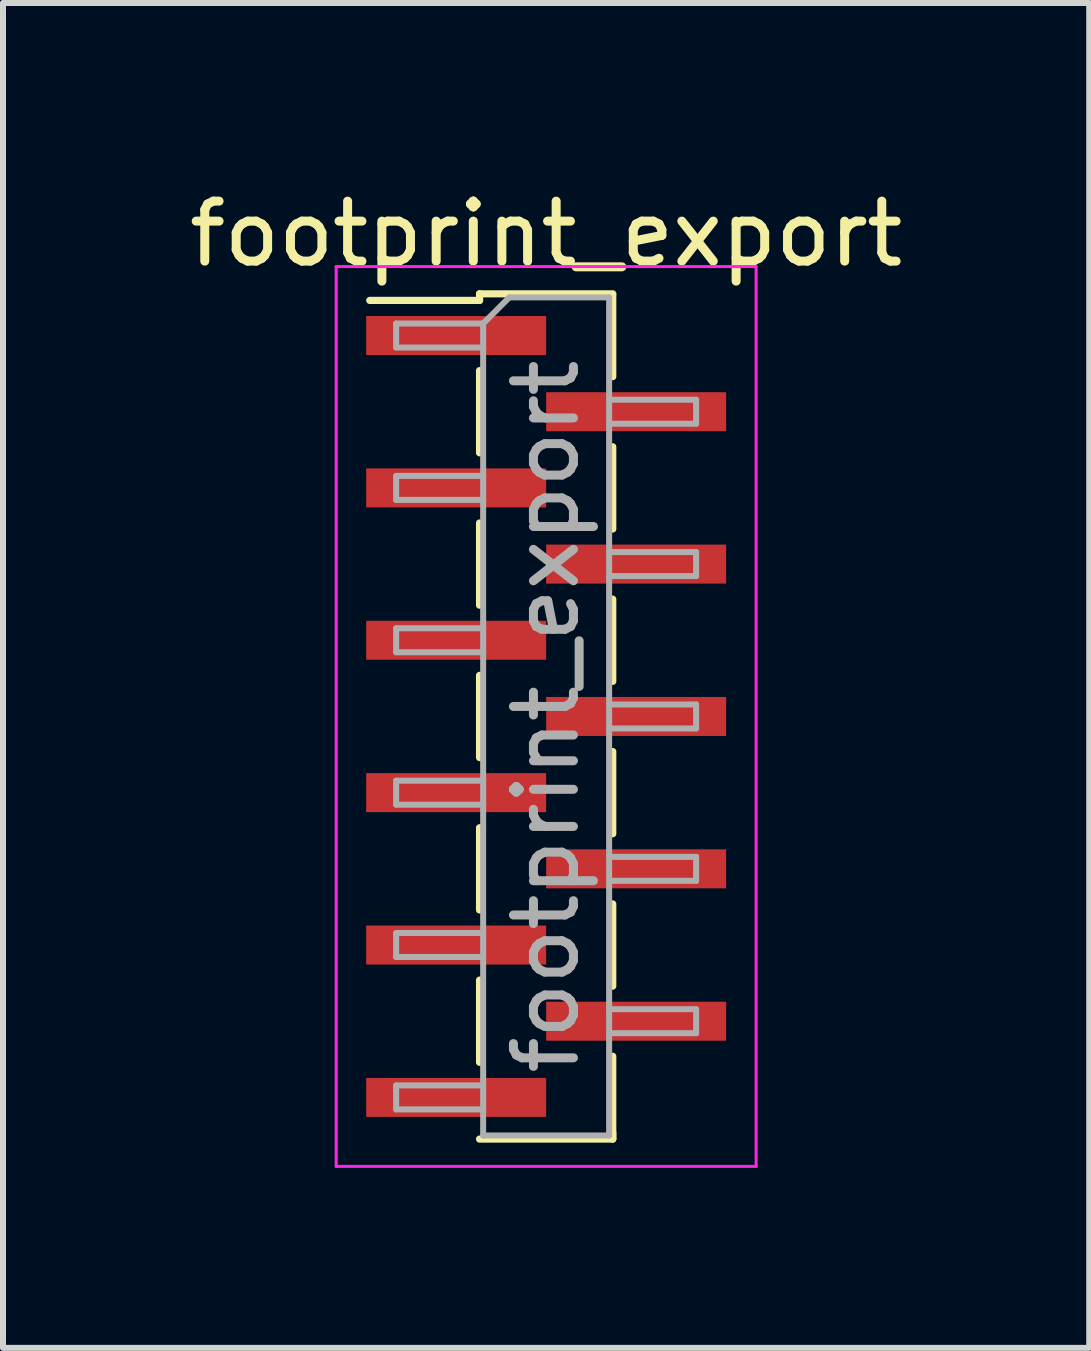
<source format=kicad_pcb>
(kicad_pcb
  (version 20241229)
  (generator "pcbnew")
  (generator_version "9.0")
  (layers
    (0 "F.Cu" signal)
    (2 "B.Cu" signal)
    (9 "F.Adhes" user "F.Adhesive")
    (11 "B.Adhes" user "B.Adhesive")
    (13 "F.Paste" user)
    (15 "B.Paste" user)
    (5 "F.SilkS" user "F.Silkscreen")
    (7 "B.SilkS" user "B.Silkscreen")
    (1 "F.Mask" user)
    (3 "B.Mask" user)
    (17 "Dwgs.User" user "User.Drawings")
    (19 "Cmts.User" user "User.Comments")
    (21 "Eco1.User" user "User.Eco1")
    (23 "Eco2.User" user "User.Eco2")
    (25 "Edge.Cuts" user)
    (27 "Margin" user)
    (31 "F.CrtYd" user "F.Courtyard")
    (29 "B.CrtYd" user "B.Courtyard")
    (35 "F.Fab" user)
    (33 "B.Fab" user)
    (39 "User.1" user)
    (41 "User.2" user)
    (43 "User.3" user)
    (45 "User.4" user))
  (footprint "footprint_export"
    (layer "F.Cu")
    (at 6.054 8.893)
    (property "Reference" "footprint_export" (at 0 -8.045 0) (layer "F.SilkS") (effects (font (size 1 1) (thickness 0.15))))
    (attr smd)
    (fp_line (start -1.11 -7.045) (end -1.11 -6.935) (stroke (width 0.12) (type solid)) (layer "F.SilkS"))
    (fp_line (start -1.11 -7.045) (end 1.11 -7.045) (stroke (width 0.12) (type solid)) (layer "F.SilkS"))
    (fp_line (start -1.11 -6.935) (end -2.94 -6.935) (stroke (width 0.12) (type solid)) (layer "F.SilkS"))
    (fp_line (start -1.11 -5.765) (end -1.11 -4.395) (stroke (width 0.12) (type solid)) (layer "F.SilkS"))
    (fp_line (start -1.11 -3.225) (end -1.11 -1.855) (stroke (width 0.12) (type solid)) (layer "F.SilkS"))
    (fp_line (start -1.11 -0.685) (end -1.11 0.685) (stroke (width 0.12) (type solid)) (layer "F.SilkS"))
    (fp_line (start -1.11 1.855) (end -1.11 3.225) (stroke (width 0.12) (type solid)) (layer "F.SilkS"))
    (fp_line (start -1.11 4.395) (end -1.11 5.765) (stroke (width 0.12) (type solid)) (layer "F.SilkS"))
    (fp_line (start -1.11 7.045) (end 1.11 7.045) (stroke (width 0.12) (type solid)) (layer "F.SilkS"))
    (fp_line (start 1.11 -7.035) (end 1.11 -5.665) (stroke (width 0.12) (type solid)) (layer "F.SilkS"))
    (fp_line (start 1.11 -4.495) (end 1.11 -3.125) (stroke (width 0.12) (type solid)) (layer "F.SilkS"))
    (fp_line (start 1.11 -1.955) (end 1.11 -0.585) (stroke (width 0.12) (type solid)) (layer "F.SilkS"))
    (fp_line (start 1.11 0.585) (end 1.11 1.955) (stroke (width 0.12) (type solid)) (layer "F.SilkS"))
    (fp_line (start 1.11 3.125) (end 1.11 4.495) (stroke (width 0.12) (type solid)) (layer "F.SilkS"))
    (fp_line (start 1.11 5.665) (end 1.11 7.035) (stroke (width 0.12) (type solid)) (layer "F.SilkS"))
    (fp_line (start 1.11 6.935) (end 1.11 7.045) (stroke (width 0.12) (type solid)) (layer "F.SilkS"))
    (fp_line (start -3.5 -7.5) (end -3.5 7.5) (stroke (width 0.05) (type solid)) (layer "F.CrtYd"))
    (fp_line (start -3.5 7.5) (end 3.5 7.5) (stroke (width 0.05) (type solid)) (layer "F.CrtYd"))
    (fp_line (start 3.5 -7.5) (end -3.5 -7.5) (stroke (width 0.05) (type solid)) (layer "F.CrtYd"))
    (fp_line (start 3.5 7.5) (end 3.5 -7.5) (stroke (width 0.05) (type solid)) (layer "F.CrtYd"))
    (fp_line (start -2.5 -6.55) (end -2.5 -6.15) (stroke (width 0.1) (type solid)) (layer "F.Fab"))
    (fp_line (start -2.5 -6.15) (end -1.05 -6.15) (stroke (width 0.1) (type solid)) (layer "F.Fab"))
    (fp_line (start -2.5 -4.01) (end -2.5 -3.61) (stroke (width 0.1) (type solid)) (layer "F.Fab"))
    (fp_line (start -2.5 -3.61) (end -1.05 -3.61) (stroke (width 0.1) (type solid)) (layer "F.Fab"))
    (fp_line (start -2.5 -1.47) (end -2.5 -1.07) (stroke (width 0.1) (type solid)) (layer "F.Fab"))
    (fp_line (start -2.5 -1.07) (end -1.05 -1.07) (stroke (width 0.1) (type solid)) (layer "F.Fab"))
    (fp_line (start -2.5 1.07) (end -2.5 1.47) (stroke (width 0.1) (type solid)) (layer "F.Fab"))
    (fp_line (start -2.5 1.47) (end -1.05 1.47) (stroke (width 0.1) (type solid)) (layer "F.Fab"))
    (fp_line (start -2.5 3.61) (end -2.5 4.01) (stroke (width 0.1) (type solid)) (layer "F.Fab"))
    (fp_line (start -2.5 4.01) (end -1.05 4.01) (stroke (width 0.1) (type solid)) (layer "F.Fab"))
    (fp_line (start -2.5 6.15) (end -2.5 6.55) (stroke (width 0.1) (type solid)) (layer "F.Fab"))
    (fp_line (start -2.5 6.55) (end -1.05 6.55) (stroke (width 0.1) (type solid)) (layer "F.Fab"))
    (fp_line (start -1.05 -6.55) (end -2.5 -6.55) (stroke (width 0.1) (type solid)) (layer "F.Fab"))
    (fp_line (start -1.05 -6.55) (end -0.615 -6.985) (stroke (width 0.1) (type solid)) (layer "F.Fab"))
    (fp_line (start -1.05 -4.01) (end -2.5 -4.01) (stroke (width 0.1) (type solid)) (layer "F.Fab"))
    (fp_line (start -1.05 -1.47) (end -2.5 -1.47) (stroke (width 0.1) (type solid)) (layer "F.Fab"))
    (fp_line (start -1.05 1.07) (end -2.5 1.07) (stroke (width 0.1) (type solid)) (layer "F.Fab"))
    (fp_line (start -1.05 3.61) (end -2.5 3.61) (stroke (width 0.1) (type solid)) (layer "F.Fab"))
    (fp_line (start -1.05 6.15) (end -2.5 6.15) (stroke (width 0.1) (type solid)) (layer "F.Fab"))
    (fp_line (start -1.05 6.985) (end -1.05 -6.55) (stroke (width 0.1) (type solid)) (layer "F.Fab"))
    (fp_line (start -0.615 -6.985) (end 1.05 -6.985) (stroke (width 0.1) (type solid)) (layer "F.Fab"))
    (fp_line (start 1.05 -6.985) (end 1.05 6.985) (stroke (width 0.1) (type solid)) (layer "F.Fab"))
    (fp_line (start 1.05 -5.28) (end 2.5 -5.28) (stroke (width 0.1) (type solid)) (layer "F.Fab"))
    (fp_line (start 1.05 -2.74) (end 2.5 -2.74) (stroke (width 0.1) (type solid)) (layer "F.Fab"))
    (fp_line (start 1.05 -0.2) (end 2.5 -0.2) (stroke (width 0.1) (type solid)) (layer "F.Fab"))
    (fp_line (start 1.05 2.34) (end 2.5 2.34) (stroke (width 0.1) (type solid)) (layer "F.Fab"))
    (fp_line (start 1.05 4.88) (end 2.5 4.88) (stroke (width 0.1) (type solid)) (layer "F.Fab"))
    (fp_line (start 1.05 6.985) (end -1.05 6.985) (stroke (width 0.1) (type solid)) (layer "F.Fab"))
    (fp_line (start 2.5 -5.28) (end 2.5 -4.88) (stroke (width 0.1) (type solid)) (layer "F.Fab"))
    (fp_line (start 2.5 -4.88) (end 1.05 -4.88) (stroke (width 0.1) (type solid)) (layer "F.Fab"))
    (fp_line (start 2.5 -2.74) (end 2.5 -2.34) (stroke (width 0.1) (type solid)) (layer "F.Fab"))
    (fp_line (start 2.5 -2.34) (end 1.05 -2.34) (stroke (width 0.1) (type solid)) (layer "F.Fab"))
    (fp_line (start 2.5 -0.2) (end 2.5 0.2) (stroke (width 0.1) (type solid)) (layer "F.Fab"))
    (fp_line (start 2.5 0.2) (end 1.05 0.2) (stroke (width 0.1) (type solid)) (layer "F.Fab"))
    (fp_line (start 2.5 2.34) (end 2.5 2.74) (stroke (width 0.1) (type solid)) (layer "F.Fab"))
    (fp_line (start 2.5 2.74) (end 1.05 2.74) (stroke (width 0.1) (type solid)) (layer "F.Fab"))
    (fp_line (start 2.5 4.88) (end 2.5 5.28) (stroke (width 0.1) (type solid)) (layer "F.Fab"))
    (fp_line (start 2.5 5.28) (end 1.05 5.28) (stroke (width 0.1) (type solid)) (layer "F.Fab"))
    (fp_text user "${REFERENCE}" (at 0 0 90) (layer "F.Fab") (effects (font (size 1 1) (thickness 0.15))))
    (pad "1" smd rect (at -1.5 -6.35) (size 3 0.65) (layers "F.Cu" "F.Mask" "F.Paste"))
    (pad "2" smd rect (at 1.5 -5.08) (size 3 0.65) (layers "F.Cu" "F.Mask" "F.Paste"))
    (pad "3" smd rect (at -1.5 -3.81) (size 3 0.65) (layers "F.Cu" "F.Mask" "F.Paste"))
    (pad "4" smd rect (at 1.5 -2.54) (size 3 0.65) (layers "F.Cu" "F.Mask" "F.Paste"))
    (pad "5" smd rect (at -1.5 -1.27) (size 3 0.65) (layers "F.Cu" "F.Mask" "F.Paste"))
    (pad "6" smd rect (at 1.5 0) (size 3 0.65) (layers "F.Cu" "F.Mask" "F.Paste"))
    (pad "7" smd rect (at -1.5 1.27) (size 3 0.65) (layers "F.Cu" "F.Mask" "F.Paste"))
    (pad "8" smd rect (at 1.5 2.54) (size 3 0.65) (layers "F.Cu" "F.Mask" "F.Paste"))
    (pad "9" smd rect (at -1.5 3.81) (size 3 0.65) (layers "F.Cu" "F.Mask" "F.Paste"))
    (pad "10" smd rect (at 1.5 5.08) (size 3 0.65) (layers "F.Cu" "F.Mask" "F.Paste"))
    (pad "11" smd rect (at -1.5 6.35) (size 3 0.65) (layers "F.Cu" "F.Mask" "F.Paste")))
  (gr_rect
    (start -3 -3)
    (end 15.107 19.418)
    (stroke (width 0.1) (type default))
    (fill no)
    (layer "Edge.Cuts")))
</source>
